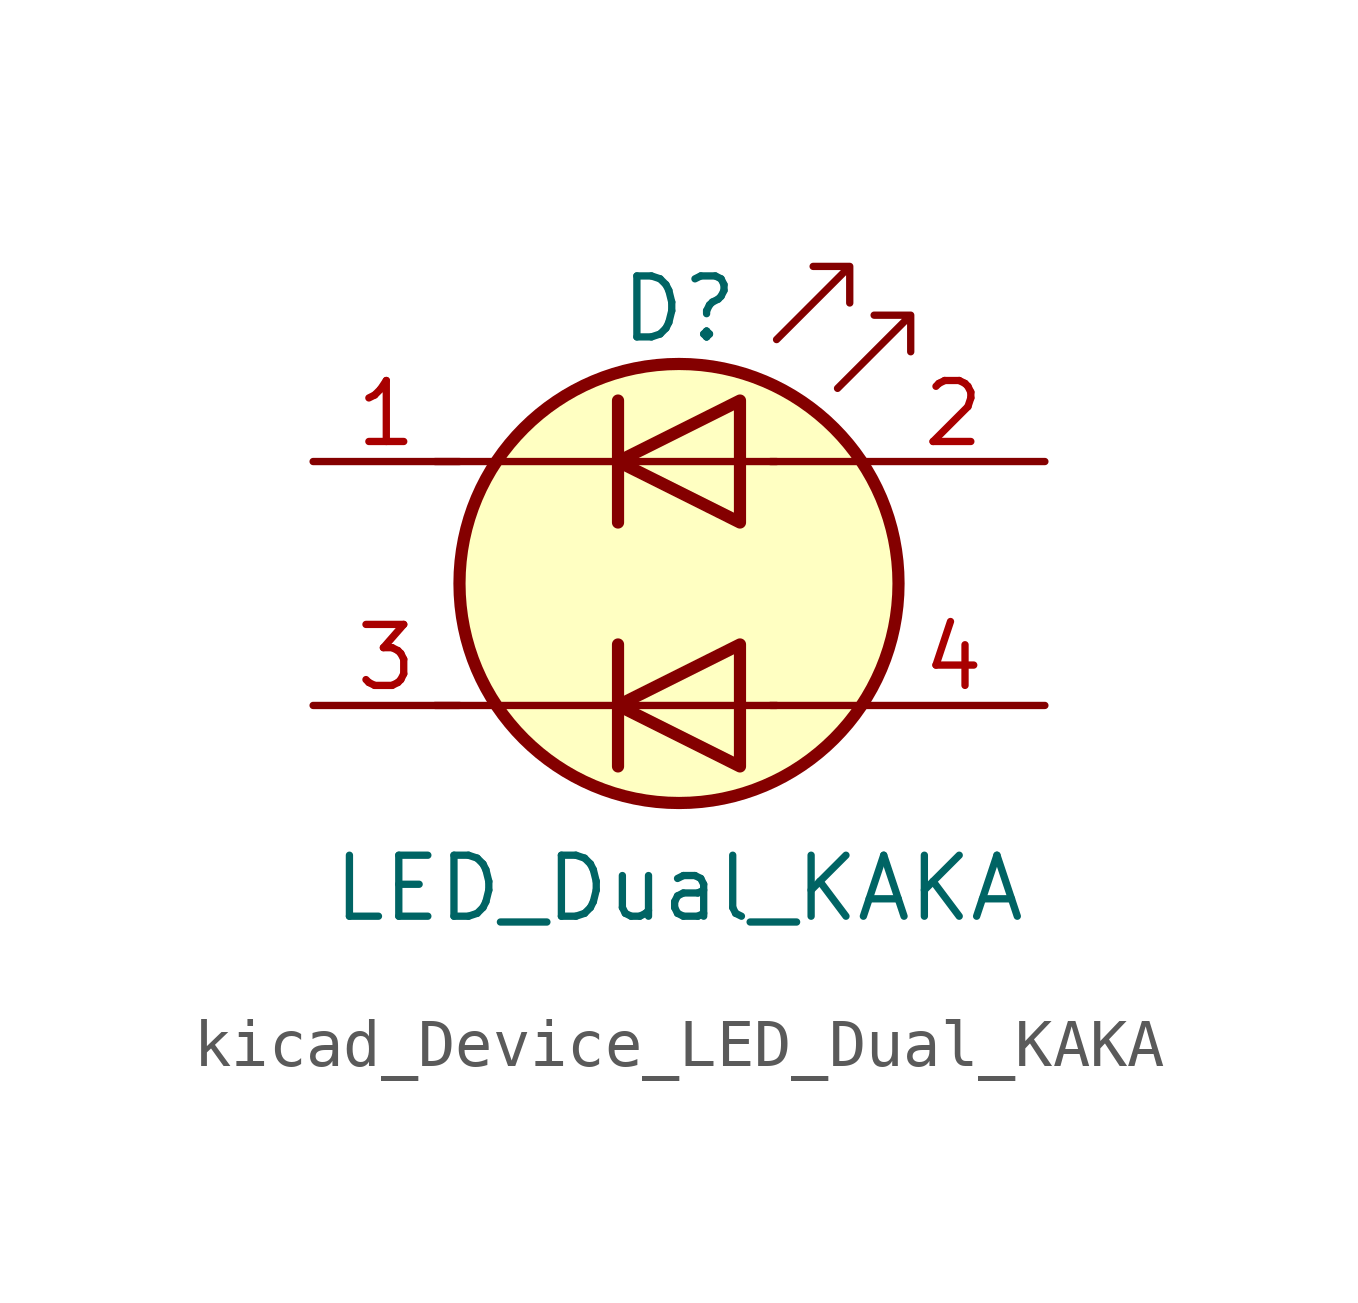
<source format=kicad_sym>
(kicad_symbol_lib
  (version 20220914)
  (generator kicad_symbol_editor)
  (symbol "kicad_Device_LED_Dual_KAKA"
    (pin_names
      (offset 0) hide)
    (property "Reference" "D"
      (at 0 5.715 0)
      (effects (font (size 1.27 1.27))))
    (property "Value" "LED_Dual_KAKA"
      (at 0 -6.35 0)
      (effects (font (size 1.27 1.27))))
    (symbol "kicad_Device_LED_Dual_KAKA_0_1"
      (polyline (pts (xy -5.08 -2.54) (xy 2.032 -2.54)) (stroke (width 0) (type default)) (fill (type none)))
      (polyline (pts (xy -5.08 2.54) (xy 2.032 2.54)) (stroke (width 0) (type default)) (fill (type none)))
      (polyline (pts (xy -1.27 -1.27) (xy -1.27 -3.81)) (stroke (width 0.254) (type default)) (fill (type none)))
      (polyline (pts (xy -1.27 3.81) (xy -1.27 1.27)) (stroke (width 0.254) (type default)) (fill (type none)))
      (polyline (pts (xy 3.81 -2.54) (xy 1.905 -2.54)) (stroke (width 0) (type default)) (fill (type none)))
      (polyline (pts (xy 3.81 2.54) (xy 1.905 2.54)) (stroke (width 0) (type default)) (fill (type none)))
      (polyline (pts (xy 1.27 -1.27) (xy 1.27 -3.81) (xy -1.27 -2.54) (xy 1.27 -1.27)) (stroke (width 0.254) (type default)) (fill (type none)))
      (polyline (pts (xy 1.27 3.81) (xy 1.27 1.27) (xy -1.27 2.54) (xy 1.27 3.81)) (stroke (width 0.254) (type default)) (fill (type none)))
      (polyline (pts (xy 2.032 5.08) (xy 3.556 6.604) (xy 2.794 6.604) (xy 3.556 6.604) (xy 3.556 5.842)) (stroke (width 0) (type default)) (fill (type none)))
      (polyline (pts (xy 3.302 4.064) (xy 4.826 5.588) (xy 4.064 5.588) (xy 4.826 5.588) (xy 4.826 4.826)) (stroke (width 0) (type default)) (fill (type none)))
      (circle (center 0 0) (radius 4.572) (stroke (width 0.254) (type default)) (fill (type background))))
    (symbol "kicad_Device_LED_Dual_KAKA_1_1"
      (pin input line (at -7.62 2.54 0) (length 3.048) (name "A1" (effects (font (size 1.27 1.27)))) (number "1" (effects (font (size 1.27 1.27)))))
      (pin input line (at 7.62 2.54 180) (length 3.81) (name "K1" (effects (font (size 1.27 1.27)))) (number "2" (effects (font (size 1.27 1.27)))))
      (pin input line (at -7.62 -2.54 0) (length 3.048) (name "A2" (effects (font (size 1.27 1.27)))) (number "3" (effects (font (size 1.27 1.27)))))
      (pin input line (at 7.62 -2.54 180) (length 3.81) (name "K2" (effects (font (size 1.27 1.27)))) (number "4" (effects (font (size 1.27 1.27))))))))
</source>
